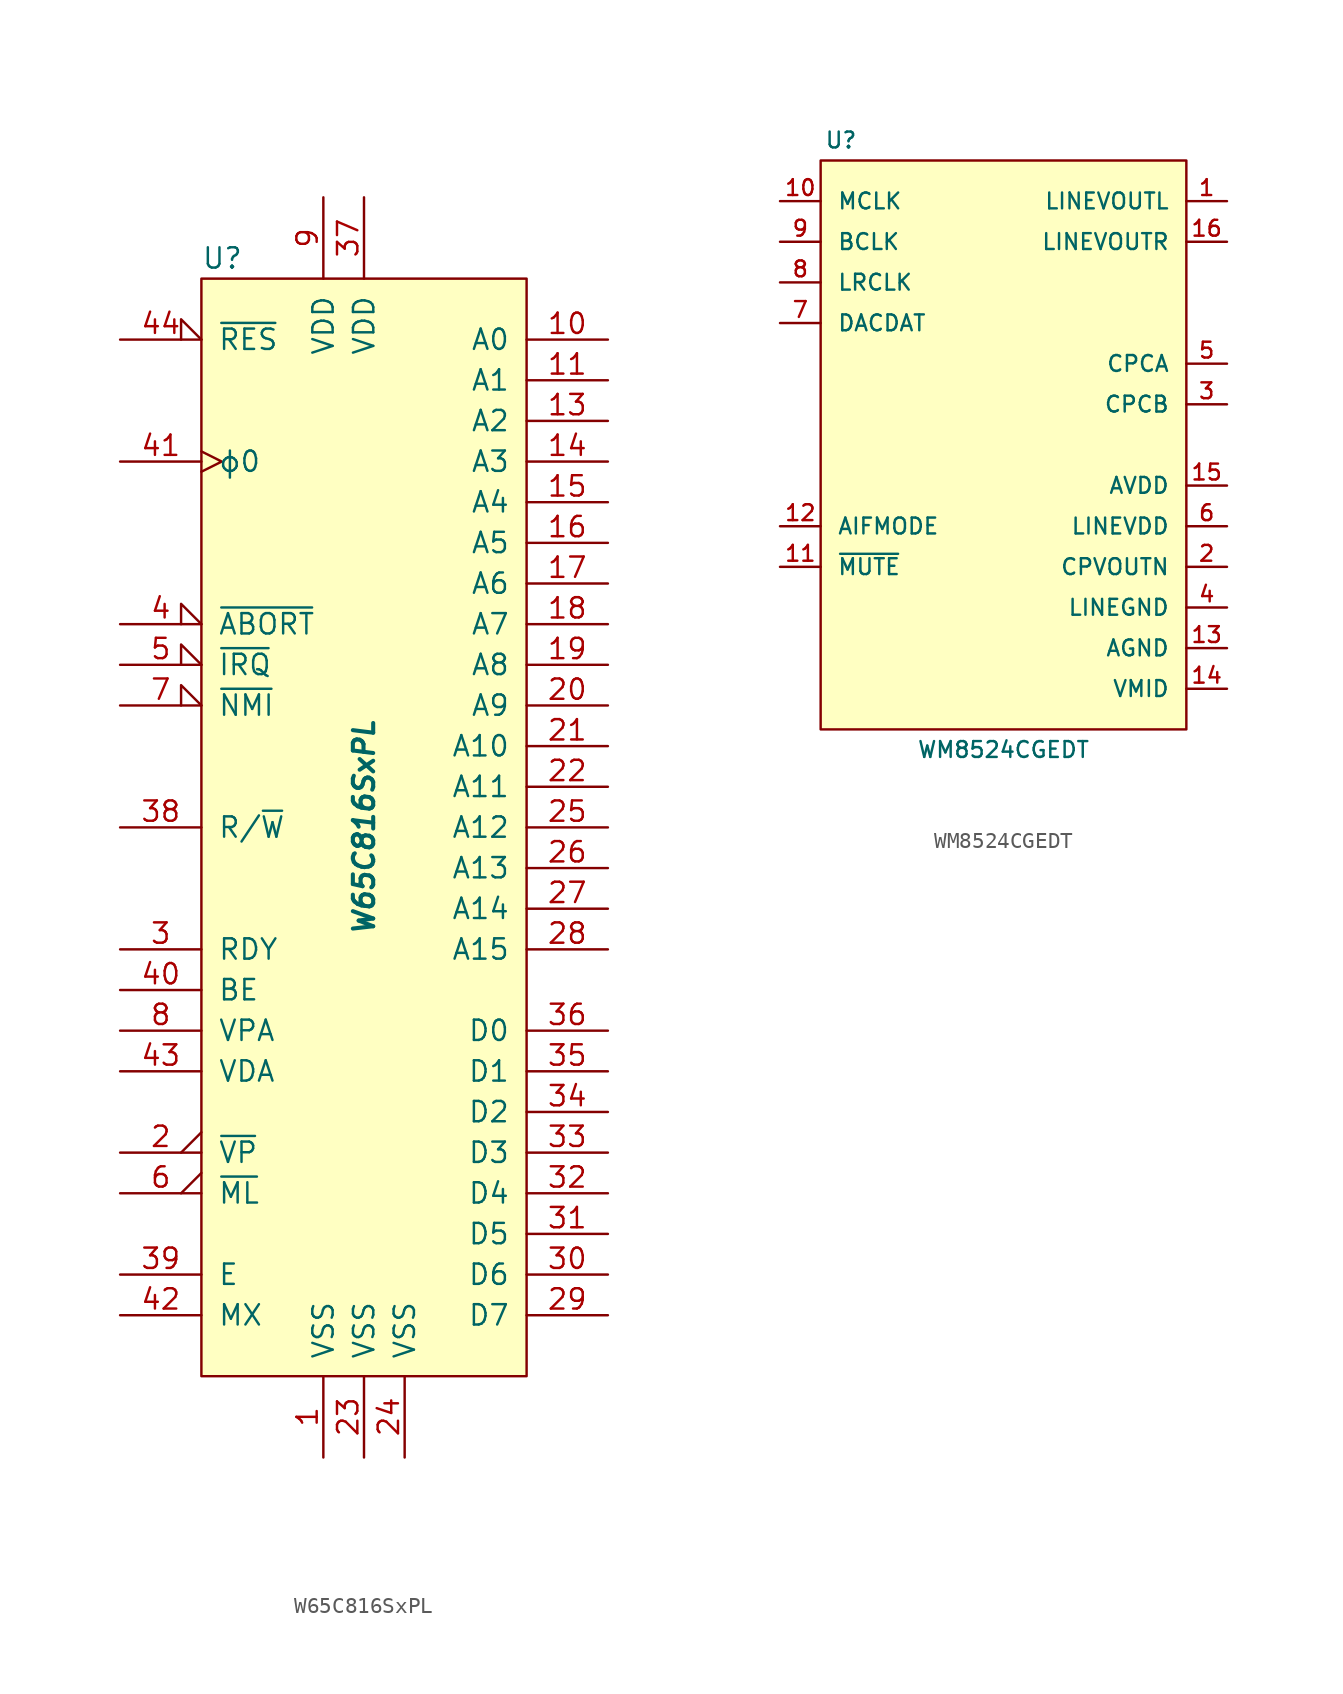
<source format=kicad_sym>
(kicad_symbol_lib
  (version 20241209)
  (generator "kicad_symbol_editor")
  (generator_version "9.0")
  (symbol "W65C816SxPL"
    (pin_names
      (offset 1.016))
    (property "Reference" "U"
      (at -10.16 35.56 0)
      (effects (font (size 1.27 1.27)) (justify left)))
    (property "Value" "W65C816SxPL"
      (at 0 0 90)
      (effects (font (size 1.27 1.27) (bold yes) (italic yes))))
    (symbol "W65C816SxPL_0_1"
      (rectangle (start -10.16 34.29) (end 10.16 -34.29) (stroke (width 0) (type solid)) (fill (type background))))
    (symbol "W65C816SxPL_1_1"
      (pin input input_low (at -15.24 30.48 0) (length 5.08) (name "~{RES}" (effects (font (size 1.27 1.27)))) (number "44" (effects (font (size 1.27 1.27)))))
      (pin input clock (at -15.24 22.86 0) (length 5.08) (name "ϕ0" (effects (font (size 1.27 1.27)))) (number "41" (effects (font (size 1.27 1.27)))))
      (pin input input_low (at -15.24 12.7 0) (length 5.08) (name "~{ABORT}" (effects (font (size 1.27 1.27)))) (number "4" (effects (font (size 1.27 1.27)))))
      (pin input input_low (at -15.24 10.16 0) (length 5.08) (name "~{IRQ}" (effects (font (size 1.27 1.27)))) (number "5" (effects (font (size 1.27 1.27)))))
      (pin input input_low (at -15.24 7.62 0) (length 5.08) (name "~{NMI}" (effects (font (size 1.27 1.27)))) (number "7" (effects (font (size 1.27 1.27)))))
      (pin tri_state line (at -15.24 0 0) (length 5.08) (name "R/~{W}" (effects (font (size 1.27 1.27)))) (number "38" (effects (font (size 1.27 1.27)))))
      (pin open_collector line (at -15.24 -7.62 0) (length 5.08) (name "RDY" (effects (font (size 1.27 1.27)))) (number "3" (effects (font (size 1.27 1.27)))))
      (pin input line (at -15.24 -10.16 0) (length 5.08) (name "BE" (effects (font (size 1.27 1.27)))) (number "40" (effects (font (size 1.27 1.27)))))
      (pin output line (at -15.24 -12.7 0) (length 5.08) (name "VPA" (effects (font (size 1.27 1.27)))) (number "8" (effects (font (size 1.27 1.27)))))
      (pin output line (at -15.24 -15.24 0) (length 5.08) (name "VDA" (effects (font (size 1.27 1.27)))) (number "43" (effects (font (size 1.27 1.27)))))
      (pin output output_low (at -15.24 -20.32 0) (length 5.08) (name "~{VP}" (effects (font (size 1.27 1.27)))) (number "2" (effects (font (size 1.27 1.27)))))
      (pin output output_low (at -15.24 -22.86 0) (length 5.08) (name "~{ML}" (effects (font (size 1.27 1.27)))) (number "6" (effects (font (size 1.27 1.27)))))
      (pin output line (at -15.24 -27.94 0) (length 5.08) (name "E" (effects (font (size 1.27 1.27)))) (number "39" (effects (font (size 1.27 1.27)))))
      (pin output line (at -15.24 -30.48 0) (length 5.08) (name "MX" (effects (font (size 1.27 1.27)))) (number "42" (effects (font (size 1.27 1.27)))))
      (pin no_connect non_logic (at -10.16 -25.4 0) (length 2.54) (hide yes) (name "nc" (effects (font (size 1.27 1.27)))) (number "12" (effects (font (size 1.27 1.27)))))
      (pin power_in line (at -2.54 39.37 270) (length 5.08) (name "VDD" (effects (font (size 1.27 1.27)))) (number "9" (effects (font (size 1.27 1.27)))))
      (pin power_in line (at -2.54 -39.37 90) (length 5.08) (name "VSS" (effects (font (size 1.27 1.27)))) (number "1" (effects (font (size 1.27 1.27)))))
      (pin power_in line (at 0 39.37 270) (length 5.08) (name "VDD" (effects (font (size 1.27 1.27)))) (number "37" (effects (font (size 1.27 1.27)))))
      (pin power_in line (at 0 -39.37 90) (length 5.08) (name "VSS" (effects (font (size 1.27 1.27)))) (number "23" (effects (font (size 1.27 1.27)))))
      (pin power_in line (at 2.54 -39.37 90) (length 5.08) (name "VSS" (effects (font (size 1.27 1.27)))) (number "24" (effects (font (size 1.27 1.27)))))
      (pin tri_state line (at 15.24 30.48 180) (length 5.08) (name "A0" (effects (font (size 1.27 1.27)))) (number "10" (effects (font (size 1.27 1.27)))))
      (pin tri_state line (at 15.24 27.94 180) (length 5.08) (name "A1" (effects (font (size 1.27 1.27)))) (number "11" (effects (font (size 1.27 1.27)))))
      (pin tri_state line (at 15.24 25.4 180) (length 5.08) (name "A2" (effects (font (size 1.27 1.27)))) (number "13" (effects (font (size 1.27 1.27)))))
      (pin tri_state line (at 15.24 22.86 180) (length 5.08) (name "A3" (effects (font (size 1.27 1.27)))) (number "14" (effects (font (size 1.27 1.27)))))
      (pin tri_state line (at 15.24 20.32 180) (length 5.08) (name "A4" (effects (font (size 1.27 1.27)))) (number "15" (effects (font (size 1.27 1.27)))))
      (pin tri_state line (at 15.24 17.78 180) (length 5.08) (name "A5" (effects (font (size 1.27 1.27)))) (number "16" (effects (font (size 1.27 1.27)))))
      (pin tri_state line (at 15.24 15.24 180) (length 5.08) (name "A6" (effects (font (size 1.27 1.27)))) (number "17" (effects (font (size 1.27 1.27)))))
      (pin tri_state line (at 15.24 12.7 180) (length 5.08) (name "A7" (effects (font (size 1.27 1.27)))) (number "18" (effects (font (size 1.27 1.27)))))
      (pin tri_state line (at 15.24 10.16 180) (length 5.08) (name "A8" (effects (font (size 1.27 1.27)))) (number "19" (effects (font (size 1.27 1.27)))))
      (pin tri_state line (at 15.24 7.62 180) (length 5.08) (name "A9" (effects (font (size 1.27 1.27)))) (number "20" (effects (font (size 1.27 1.27)))))
      (pin tri_state line (at 15.24 5.08 180) (length 5.08) (name "A10" (effects (font (size 1.27 1.27)))) (number "21" (effects (font (size 1.27 1.27)))))
      (pin tri_state line (at 15.24 2.54 180) (length 5.08) (name "A11" (effects (font (size 1.27 1.27)))) (number "22" (effects (font (size 1.27 1.27)))))
      (pin tri_state line (at 15.24 0 180) (length 5.08) (name "A12" (effects (font (size 1.27 1.27)))) (number "25" (effects (font (size 1.27 1.27)))))
      (pin tri_state line (at 15.24 -2.54 180) (length 5.08) (name "A13" (effects (font (size 1.27 1.27)))) (number "26" (effects (font (size 1.27 1.27)))))
      (pin tri_state line (at 15.24 -5.08 180) (length 5.08) (name "A14" (effects (font (size 1.27 1.27)))) (number "27" (effects (font (size 1.27 1.27)))))
      (pin tri_state line (at 15.24 -7.62 180) (length 5.08) (name "A15" (effects (font (size 1.27 1.27)))) (number "28" (effects (font (size 1.27 1.27)))))
      (pin bidirectional line (at 15.24 -12.7 180) (length 5.08) (name "D0" (effects (font (size 1.27 1.27)))) (number "36" (effects (font (size 1.27 1.27)))))
      (pin bidirectional line (at 15.24 -15.24 180) (length 5.08) (name "D1" (effects (font (size 1.27 1.27)))) (number "35" (effects (font (size 1.27 1.27)))))
      (pin bidirectional line (at 15.24 -17.78 180) (length 5.08) (name "D2" (effects (font (size 1.27 1.27)))) (number "34" (effects (font (size 1.27 1.27)))))
      (pin bidirectional line (at 15.24 -20.32 180) (length 5.08) (name "D3" (effects (font (size 1.27 1.27)))) (number "33" (effects (font (size 1.27 1.27)))))
      (pin bidirectional line (at 15.24 -22.86 180) (length 5.08) (name "D4" (effects (font (size 1.27 1.27)))) (number "32" (effects (font (size 1.27 1.27)))))
      (pin bidirectional line (at 15.24 -25.4 180) (length 5.08) (name "D5" (effects (font (size 1.27 1.27)))) (number "31" (effects (font (size 1.27 1.27)))))
      (pin bidirectional line (at 15.24 -27.94 180) (length 5.08) (name "D6" (effects (font (size 1.27 1.27)))) (number "30" (effects (font (size 1.27 1.27)))))
      (pin bidirectional line (at 15.24 -30.48 180) (length 5.08) (name "D7" (effects (font (size 1.27 1.27)))) (number "29" (effects (font (size 1.27 1.27)))))))
  (symbol "WM8524CGEDT"
    (pin_names
      (offset 1.016))
    (property "Reference" "U"
      (at -10.16 12.7 0)
      (effects (font (size 0.991 0.991))))
    (property "Value" "WM8524CGEDT"
      (at 0 -25.4 0)
      (effects (font (size 0.991 0.991))))
    (symbol "WM8524CGEDT_0_1"
      (rectangle (start -11.43 11.43) (end 11.43 -24.13) (stroke (width 0) (type solid)) (fill (type background))))
    (symbol "WM8524CGEDT_1_1"
      (pin bidirectional line (at -13.97 8.89 0) (length 2.54) (name "MCLK" (effects (font (size 0.991 0.991)))) (number "10" (effects (font (size 0.991 0.991)))))
      (pin bidirectional line (at -13.97 6.35 0) (length 2.54) (name "BCLK" (effects (font (size 0.991 0.991)))) (number "9" (effects (font (size 0.991 0.991)))))
      (pin bidirectional line (at -13.97 3.81 0) (length 2.54) (name "LRCLK" (effects (font (size 0.991 0.991)))) (number "8" (effects (font (size 0.991 0.991)))))
      (pin bidirectional line (at -13.97 1.27 0) (length 2.54) (name "DACDAT" (effects (font (size 0.991 0.991)))) (number "7" (effects (font (size 0.991 0.991)))))
      (pin bidirectional line (at -13.97 -11.43 0) (length 2.54) (name "AIFMODE" (effects (font (size 0.991 0.991)))) (number "12" (effects (font (size 0.991 0.991)))))
      (pin bidirectional line (at -13.97 -13.97 0) (length 2.54) (name "~{MUTE}" (effects (font (size 0.991 0.991)))) (number "11" (effects (font (size 0.991 0.991)))))
      (pin output line (at 13.97 8.89 180) (length 2.54) (name "LINEVOUTL" (effects (font (size 0.991 0.991)))) (number "1" (effects (font (size 0.991 0.991)))))
      (pin output line (at 13.97 6.35 180) (length 2.54) (name "LINEVOUTR" (effects (font (size 0.991 0.991)))) (number "16" (effects (font (size 0.991 0.991)))))
      (pin bidirectional line (at 13.97 -1.27 180) (length 2.54) (name "CPCA" (effects (font (size 0.991 0.991)))) (number "5" (effects (font (size 0.991 0.991)))))
      (pin bidirectional line (at 13.97 -3.81 180) (length 2.54) (name "CPCB" (effects (font (size 0.991 0.991)))) (number "3" (effects (font (size 0.991 0.991)))))
      (pin power_in line (at 13.97 -8.89 180) (length 2.54) (name "AVDD" (effects (font (size 0.991 0.991)))) (number "15" (effects (font (size 0.991 0.991)))))
      (pin power_in line (at 13.97 -11.43 180) (length 2.54) (name "LINEVDD" (effects (font (size 0.991 0.991)))) (number "6" (effects (font (size 0.991 0.991)))))
      (pin power_in line (at 13.97 -13.97 180) (length 2.54) (name "CPVOUTN" (effects (font (size 0.991 0.991)))) (number "2" (effects (font (size 0.991 0.991)))))
      (pin power_in line (at 13.97 -16.51 180) (length 2.54) (name "LINEGND" (effects (font (size 0.991 0.991)))) (number "4" (effects (font (size 0.991 0.991)))))
      (pin power_in line (at 13.97 -19.05 180) (length 2.54) (name "AGND" (effects (font (size 0.991 0.991)))) (number "13" (effects (font (size 0.991 0.991)))))
      (pin power_in line (at 13.97 -21.59 180) (length 2.54) (name "VMID" (effects (font (size 0.991 0.991)))) (number "14" (effects (font (size 0.991 0.991))))))))
</source>
